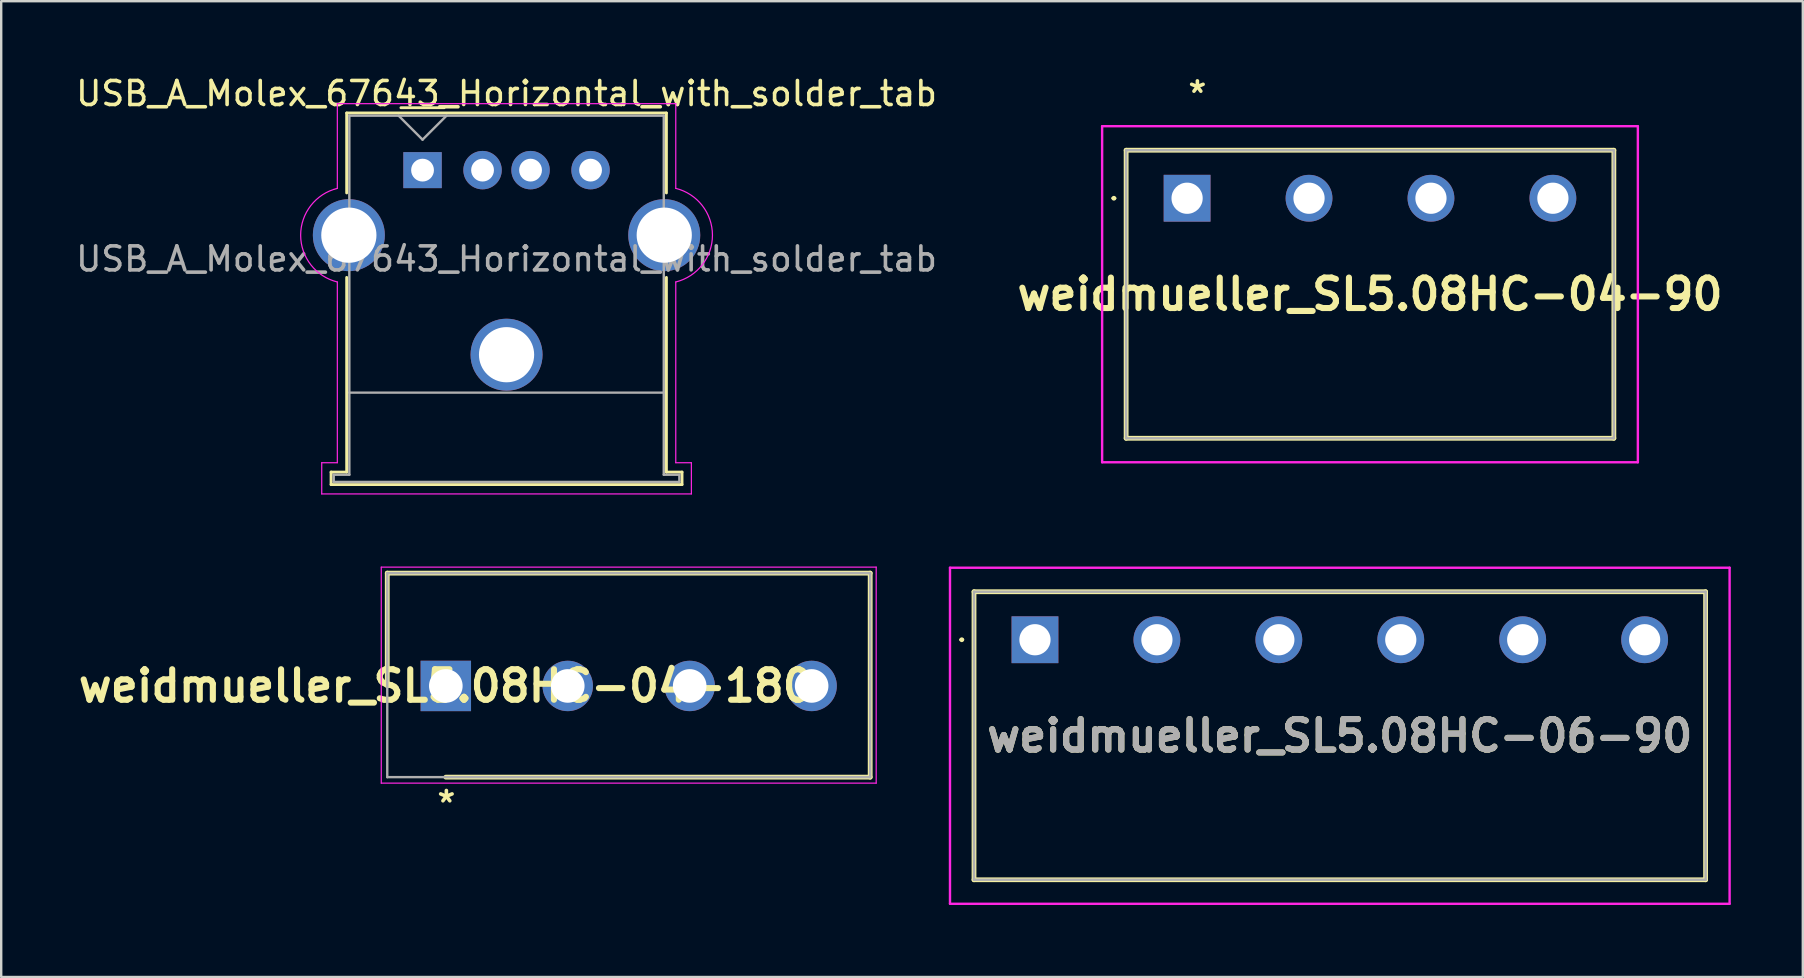
<source format=kicad_pcb>
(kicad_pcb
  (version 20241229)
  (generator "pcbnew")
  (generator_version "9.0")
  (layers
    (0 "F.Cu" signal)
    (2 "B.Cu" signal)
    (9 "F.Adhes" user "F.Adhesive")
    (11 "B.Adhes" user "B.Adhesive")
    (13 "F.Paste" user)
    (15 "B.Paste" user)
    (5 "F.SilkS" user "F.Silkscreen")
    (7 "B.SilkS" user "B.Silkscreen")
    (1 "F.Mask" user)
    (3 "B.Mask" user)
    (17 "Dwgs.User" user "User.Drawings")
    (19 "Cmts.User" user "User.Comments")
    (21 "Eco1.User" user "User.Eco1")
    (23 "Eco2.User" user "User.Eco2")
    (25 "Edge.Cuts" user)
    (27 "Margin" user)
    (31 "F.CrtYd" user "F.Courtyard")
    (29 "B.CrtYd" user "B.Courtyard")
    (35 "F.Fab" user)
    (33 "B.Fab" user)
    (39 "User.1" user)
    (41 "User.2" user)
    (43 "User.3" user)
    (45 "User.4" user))
  (footprint "weidmueller_SL5.08HC-04-90"
    (layer "F.Cu")
    (at 46.407 5.209)
    (property "Reference" "weidmueller_SL5.08HC-04-90" (at 7.62 4 0) (layer "F.SilkS") (effects (font (size 1.27 1.27) (thickness 0.254))))
    (attr through_hole)
    (fp_line (start -3.1 0) (end -3.1 0) (stroke (width 0.1) (type solid)) (layer "F.SilkS"))
    (fp_line (start -3 0) (end -3 0) (stroke (width 0.1) (type solid)) (layer "F.SilkS"))
    (fp_line (start -2.54 -2) (end 17.78 -2) (stroke (width 0.2) (type solid)) (layer "F.SilkS"))
    (fp_line (start -2.54 10) (end -2.54 -2) (stroke (width 0.2) (type solid)) (layer "F.SilkS"))
    (fp_line (start 17.78 -2) (end 17.78 10) (stroke (width 0.2) (type solid)) (layer "F.SilkS"))
    (fp_line (start 17.78 10) (end -2.54 10) (stroke (width 0.2) (type solid)) (layer "F.SilkS"))
    (fp_arc (start -3.1 0) (mid -3.05 -0.05) (end -3 0) (stroke (width 0.1) (type solid)) (layer "F.SilkS"))
    (fp_arc (start -3 0) (mid -3.05 0.05) (end -3.1 0) (stroke (width 0.1) (type solid)) (layer "F.SilkS"))
    (fp_line (start -3.54 -3) (end 18.78 -3) (stroke (width 0.1) (type solid)) (layer "F.CrtYd"))
    (fp_line (start -3.54 11) (end -3.54 -3) (stroke (width 0.1) (type solid)) (layer "F.CrtYd"))
    (fp_line (start 18.78 -3) (end 18.78 11) (stroke (width 0.1) (type solid)) (layer "F.CrtYd"))
    (fp_line (start 18.78 11) (end -3.54 11) (stroke (width 0.1) (type solid)) (layer "F.CrtYd"))
    (fp_line (start -2.54 -2) (end 17.78 -2) (stroke (width 0.1) (type solid)) (layer "F.Fab"))
    (fp_line (start -2.54 10) (end -2.54 -2) (stroke (width 0.1) (type solid)) (layer "F.Fab"))
    (fp_line (start 17.78 -2) (end 17.78 10) (stroke (width 0.1) (type solid)) (layer "F.Fab"))
    (fp_line (start 17.78 10) (end -2.54 10) (stroke (width 0.1) (type solid)) (layer "F.Fab"))
    (fp_text user "*" (at -0.051 -3.759 0) (unlocked yes) (layer "F.SilkS") (effects (font (size 1 1) (thickness 0.15)) (justify left bottom)))
    (pad "1" thru_hole rect (at 0 0) (size 1.95 1.95) (drill 1.3) (layers "*.Cu" "*.Mask"))
    (pad "2" thru_hole circle (at 5.08 0) (size 1.95 1.95) (drill 1.3) (layers "*.Cu" "*.Mask"))
    (pad "3" thru_hole circle (at 10.16 0) (size 1.95 1.95) (drill 1.3) (layers "*.Cu" "*.Mask"))
    (pad "4" thru_hole circle (at 15.24 0) (size 1.95 1.95) (drill 1.3) (layers "*.Cu" "*.Mask")))
  (footprint "USB_A_Molex_67643_Horizontal_with_solder_tab"
    (layer "F.Cu")
    (at 14.554 4.038)
    (property "Reference" "USB_A_Molex_67643_Horizontal_with_solder_tab" (at 3.5 -3.19 0) (layer "F.SilkS") (effects (font (size 1 1) (thickness 0.15))))
    (attr through_hole)
    (fp_line (start -3.81 12.58) (end -3.81 13.1) (stroke (width 0.12) (type solid)) (layer "F.SilkS"))
    (fp_line (start -3.81 13.1) (end 10.81 13.1) (stroke (width 0.12) (type solid)) (layer "F.SilkS"))
    (fp_line (start -3.16 -2.38) (end -3.16 0.95) (stroke (width 0.12) (type solid)) (layer "F.SilkS"))
    (fp_line (start -3.16 -2.38) (end 10.16 -2.38) (stroke (width 0.12) (type solid)) (layer "F.SilkS"))
    (fp_line (start -3.16 12.58) (end -3.81 12.58) (stroke (width 0.12) (type solid)) (layer "F.SilkS"))
    (fp_line (start -3.16 12.58) (end -3.16 4.47) (stroke (width 0.12) (type solid)) (layer "F.SilkS"))
    (fp_line (start -0.9 -2.6) (end 0.9 -2.6) (stroke (width 0.12) (type solid)) (layer "F.SilkS"))
    (fp_line (start 10.16 -2.38) (end 10.16 0.95) (stroke (width 0.12) (type solid)) (layer "F.SilkS"))
    (fp_line (start 10.16 4.47) (end 10.16 12.58) (stroke (width 0.12) (type solid)) (layer "F.SilkS"))
    (fp_line (start 10.81 12.58) (end 10.16 12.58) (stroke (width 0.12) (type solid)) (layer "F.SilkS"))
    (fp_line (start 10.81 13.1) (end 10.81 12.58) (stroke (width 0.12) (type solid)) (layer "F.SilkS"))
    (fp_line (start -4.2 12.19) (end -3.55 12.19) (stroke (width 0.05) (type solid)) (layer "F.CrtYd"))
    (fp_line (start -4.2 13.49) (end -4.2 12.19) (stroke (width 0.05) (type solid)) (layer "F.CrtYd"))
    (fp_line (start -4.2 13.49) (end 11.2 13.49) (stroke (width 0.05) (type solid)) (layer "F.CrtYd"))
    (fp_line (start -3.55 -2.77) (end -3.55 0.76) (stroke (width 0.05) (type solid)) (layer "F.CrtYd"))
    (fp_line (start -3.55 -2.77) (end 10.55 -2.77) (stroke (width 0.05) (type solid)) (layer "F.CrtYd"))
    (fp_line (start -3.55 12.19) (end -3.55 4.66) (stroke (width 0.05) (type solid)) (layer "F.CrtYd"))
    (fp_line (start 10.55 -2.77) (end 10.55 0.76) (stroke (width 0.05) (type solid)) (layer "F.CrtYd"))
    (fp_line (start 10.55 12.19) (end 10.55 4.66) (stroke (width 0.05) (type solid)) (layer "F.CrtYd"))
    (fp_line (start 11.2 12.19) (end 10.55 12.19) (stroke (width 0.05) (type solid)) (layer "F.CrtYd"))
    (fp_line (start 11.2 13.49) (end 11.2 12.19) (stroke (width 0.05) (type solid)) (layer "F.CrtYd"))
    (fp_arc (start -3.55 4.66) (mid -5.078208 2.71) (end -3.55 0.76) (stroke (width 0.05) (type solid)) (layer "F.CrtYd"))
    (fp_arc (start 10.55 0.76) (mid 12.078208 2.71) (end 10.55 4.66) (stroke (width 0.05) (type solid)) (layer "F.CrtYd"))
    (fp_line (start -3.7 12.69) (end -3.7 12.99) (stroke (width 0.1) (type solid)) (layer "F.Fab"))
    (fp_line (start -3.7 12.99) (end 10.7 12.99) (stroke (width 0.1) (type solid)) (layer "F.Fab"))
    (fp_line (start -3.05 -2.27) (end 10.05 -2.27) (stroke (width 0.1) (type solid)) (layer "F.Fab"))
    (fp_line (start -3.05 9.27) (end 10.05 9.27) (stroke (width 0.1) (type solid)) (layer "F.Fab"))
    (fp_line (start -3.05 12.69) (end -3.7 12.69) (stroke (width 0.1) (type solid)) (layer "F.Fab"))
    (fp_line (start -3.05 12.69) (end -3.05 -2.27) (stroke (width 0.1) (type solid)) (layer "F.Fab"))
    (fp_line (start -1 -2.27) (end 0 -1.27) (stroke (width 0.1) (type solid)) (layer "F.Fab"))
    (fp_line (start 0 -1.27) (end 1 -2.27) (stroke (width 0.1) (type solid)) (layer "F.Fab"))
    (fp_line (start 10.05 -2.27) (end 10.05 12.69) (stroke (width 0.1) (type solid)) (layer "F.Fab"))
    (fp_line (start 10.7 12.69) (end 10.05 12.69) (stroke (width 0.1) (type solid)) (layer "F.Fab"))
    (fp_line (start 10.7 12.99) (end 10.7 12.69) (stroke (width 0.1) (type solid)) (layer "F.Fab"))
    (fp_text user "${REFERENCE}" (at 3.5 3.7 0) (layer "F.Fab") (effects (font (size 1 1) (thickness 0.15))))
    (pad "1" thru_hole rect (at 0 0) (size 1.6 1.5) (drill 0.95) (layers "*.Cu" "*.Mask"))
    (pad "2" thru_hole circle (at 2.5 0) (size 1.6 1.6) (drill 0.95) (layers "*.Cu" "*.Mask"))
    (pad "3" thru_hole circle (at 4.5 0) (size 1.6 1.6) (drill 0.95) (layers "*.Cu" "*.Mask"))
    (pad "4" thru_hole circle (at 7 0) (size 1.6 1.6) (drill 0.95) (layers "*.Cu" "*.Mask"))
    (pad "5" thru_hole circle (at -3.07 2.71) (size 3 3) (drill 2.3) (layers "*.Cu" "*.Mask"))
    (pad "5" thru_hole circle (at 3.5 7.69) (size 3 3) (drill 2.3) (layers "*.Cu" "*.Mask"))
    (pad "5" thru_hole circle (at 10.07 2.71) (size 3 3) (drill 2.3) (layers "*.Cu" "*.Mask")))
  (footprint "weidmueller_SL5.08HC-06-90"
    (layer "F.Cu")
    (at 40.069 23.603)
    (property "Reference" "weidmueller_SL5.08HC-06-90" (at 12.7 4 0) (layer "F.SilkS") (effects (font (size 1.27 1.27) (thickness 0.254))))
    (attr through_hole)
    (fp_line (start -3.1 0) (end -3.1 0) (stroke (width 0.1) (type solid)) (layer "F.SilkS"))
    (fp_line (start -3 0) (end -3 0) (stroke (width 0.1) (type solid)) (layer "F.SilkS"))
    (fp_line (start -2.54 -2) (end 27.94 -2) (stroke (width 0.2) (type solid)) (layer "F.SilkS"))
    (fp_line (start -2.54 10) (end -2.54 -2) (stroke (width 0.2) (type solid)) (layer "F.SilkS"))
    (fp_line (start 27.94 -2) (end 27.94 10) (stroke (width 0.2) (type solid)) (layer "F.SilkS"))
    (fp_line (start 27.94 10) (end -2.54 10) (stroke (width 0.2) (type solid)) (layer "F.SilkS"))
    (fp_arc (start -3.1 0) (mid -3.05 -0.05) (end -3 0) (stroke (width 0.1) (type solid)) (layer "F.SilkS"))
    (fp_arc (start -3 0) (mid -3.05 0.05) (end -3.1 0) (stroke (width 0.1) (type solid)) (layer "F.SilkS"))
    (fp_line (start -3.54 -3) (end 28.94 -3) (stroke (width 0.1) (type solid)) (layer "F.CrtYd"))
    (fp_line (start -3.54 11) (end -3.54 -3) (stroke (width 0.1) (type solid)) (layer "F.CrtYd"))
    (fp_line (start 28.94 -3) (end 28.94 11) (stroke (width 0.1) (type solid)) (layer "F.CrtYd"))
    (fp_line (start 28.94 11) (end -3.54 11) (stroke (width 0.1) (type solid)) (layer "F.CrtYd"))
    (fp_line (start -2.54 -2) (end 27.94 -2) (stroke (width 0.1) (type solid)) (layer "F.Fab"))
    (fp_line (start -2.54 10) (end -2.54 -2) (stroke (width 0.1) (type solid)) (layer "F.Fab"))
    (fp_line (start 27.94 -2) (end 27.94 10) (stroke (width 0.1) (type solid)) (layer "F.Fab"))
    (fp_line (start 27.94 10) (end -2.54 10) (stroke (width 0.1) (type solid)) (layer "F.Fab"))
    (fp_text user "${REFERENCE}" (at 12.7 4 0) (layer "F.Fab") (effects (font (size 1.27 1.27) (thickness 0.254))))
    (pad "1" thru_hole rect (at 0 0) (size 1.95 1.95) (drill 1.3) (layers "*.Cu" "*.Mask"))
    (pad "2" thru_hole circle (at 5.08 0) (size 1.95 1.95) (drill 1.3) (layers "*.Cu" "*.Mask"))
    (pad "3" thru_hole circle (at 10.16 0) (size 1.95 1.95) (drill 1.3) (layers "*.Cu" "*.Mask"))
    (pad "4" thru_hole circle (at 15.24 0) (size 1.95 1.95) (drill 1.3) (layers "*.Cu" "*.Mask"))
    (pad "5" thru_hole circle (at 20.32 0) (size 1.95 1.95) (drill 1.3) (layers "*.Cu" "*.Mask"))
    (pad "6" thru_hole circle (at 25.4 0) (size 1.95 1.95) (drill 1.3) (layers "*.Cu" "*.Mask")))
  (footprint "weidmueller_SL5.08HC-04-180"
    (layer "F.Cu")
    (at 15.524 25.528)
    (property "Reference" "weidmueller_SL5.08HC-04-180" (at 0 0 0) (layer "F.SilkS") (effects (font (size 1.27 1.27) (thickness 0.254))))
    (attr through_hole)
    (fp_line (start -2.44 -4.7) (end -2.44 0) (stroke (width 0.2) (type solid)) (layer "F.SilkS"))
    (fp_line (start 0 3.8) (end 17.68 3.8) (stroke (width 0.2) (type solid)) (layer "F.SilkS"))
    (fp_line (start 17.68 -4.7) (end -2.44 -4.7) (stroke (width 0.2) (type solid)) (layer "F.SilkS"))
    (fp_line (start 17.68 3.8) (end 17.68 -4.7) (stroke (width 0.2) (type solid)) (layer "F.SilkS"))
    (fp_line (start -2.69 -4.95) (end 17.93 -4.95) (stroke (width 0.05) (type solid)) (layer "F.CrtYd"))
    (fp_line (start -2.69 4.05) (end -2.69 -4.95) (stroke (width 0.05) (type solid)) (layer "F.CrtYd"))
    (fp_line (start 17.93 -4.95) (end 17.93 4.05) (stroke (width 0.05) (type solid)) (layer "F.CrtYd"))
    (fp_line (start 17.93 4.05) (end -2.69 4.05) (stroke (width 0.05) (type solid)) (layer "F.CrtYd"))
    (fp_line (start -2.44 -4.7) (end 17.68 -4.7) (stroke (width 0.1) (type solid)) (layer "F.Fab"))
    (fp_line (start -2.44 3.8) (end -2.44 -4.7) (stroke (width 0.1) (type solid)) (layer "F.Fab"))
    (fp_line (start 17.68 -4.7) (end 17.68 3.8) (stroke (width 0.1) (type solid)) (layer "F.Fab"))
    (fp_line (start 17.68 3.8) (end -2.44 3.8) (stroke (width 0.1) (type solid)) (layer "F.Fab"))
    (fp_text user "*" (at -0.457 5.486 0) (unlocked yes) (layer "F.SilkS") (effects (font (size 1 1) (thickness 0.15)) (justify left bottom)))
    (pad "1" thru_hole rect (at 0 0) (size 2.1 2.1) (drill 1.4) (layers "*.Cu" "*.Mask"))
    (pad "2" thru_hole circle (at 5.08 0) (size 2.1 2.1) (drill 1.4) (layers "*.Cu" "*.Mask"))
    (pad "3" thru_hole circle (at 10.16 0) (size 2.1 2.1) (drill 1.4) (layers "*.Cu" "*.Mask"))
    (pad "4" thru_hole circle (at 15.24 0) (size 2.1 2.1) (drill 1.4) (layers "*.Cu" "*.Mask")))
  (gr_rect
    (start -3 -3)
    (end 72.059 37.653)
    (stroke (width 0.1) (type default))
    (fill no)
    (layer "Edge.Cuts")))
</source>
